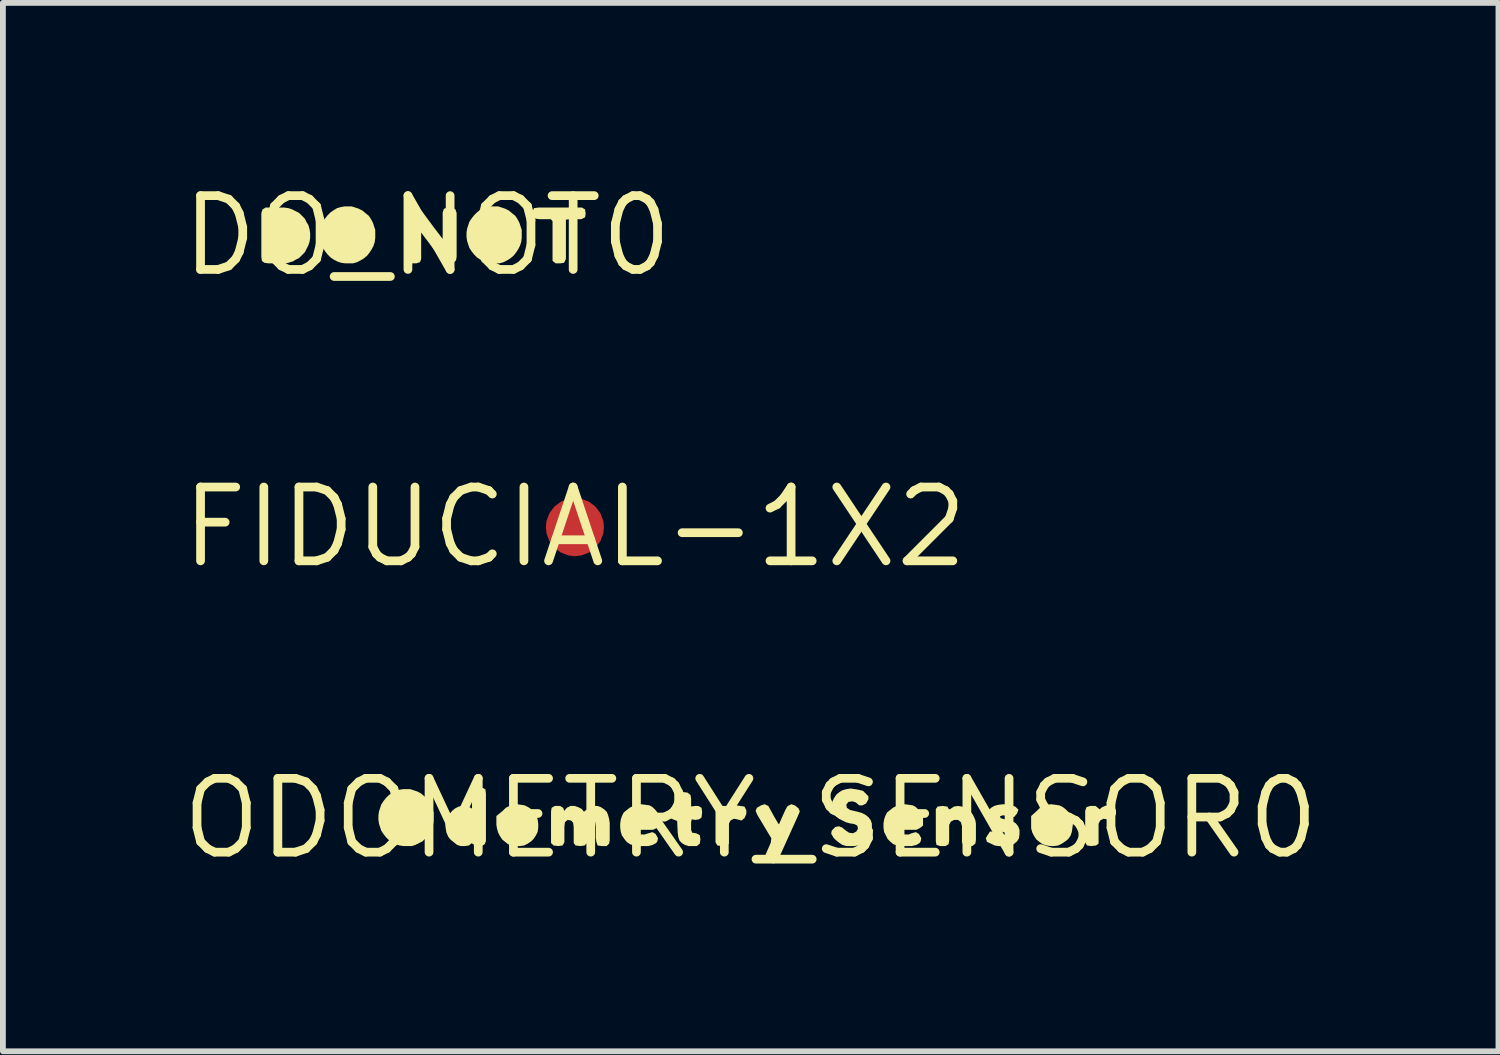
<source format=kicad_pcb>
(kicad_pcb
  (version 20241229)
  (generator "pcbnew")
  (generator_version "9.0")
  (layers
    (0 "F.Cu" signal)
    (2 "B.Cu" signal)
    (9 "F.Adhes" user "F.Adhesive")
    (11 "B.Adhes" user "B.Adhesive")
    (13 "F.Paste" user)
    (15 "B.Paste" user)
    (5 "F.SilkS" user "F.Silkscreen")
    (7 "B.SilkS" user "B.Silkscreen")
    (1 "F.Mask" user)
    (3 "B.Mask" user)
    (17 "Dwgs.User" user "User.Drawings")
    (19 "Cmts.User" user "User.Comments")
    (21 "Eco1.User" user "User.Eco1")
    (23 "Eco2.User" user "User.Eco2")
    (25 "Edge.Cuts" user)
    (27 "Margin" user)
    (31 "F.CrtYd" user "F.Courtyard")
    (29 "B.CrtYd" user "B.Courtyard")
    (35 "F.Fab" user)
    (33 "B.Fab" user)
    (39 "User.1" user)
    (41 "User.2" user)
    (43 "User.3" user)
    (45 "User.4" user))
  (footprint "FIDUCIAL-1X2"
    (layer "F.Cu")
    (at 6.841 6.019)
    (property "Reference" "FIDUCIAL-1X2" (at 0 0 0) (layer "F.SilkS") (effects (font (size 1.27 1.27) (thickness 0.15))))
    (pad "1" smd roundrect (at 0 0) (size 1 1) (layers "F.Cu" "F.Mask") (roundrect_rratio 0.5)))
  (footprint "DO_NOT0"
    (layer "F.Cu")
    (at 4.301 1.006)
    (property "Reference" "DO_NOT0" (at 0 0 0) (layer "F.SilkS") (effects (font (size 1.27 1.27) (thickness 0.15))))
    (fp_poly (pts (xy 2.715 -0.453) (xy 2.725 -0.38) (xy 2.715 -0.317) (xy 2.651 -0.285) (xy 2.44 -0.285) (xy 2.385 -0.276) (xy 2.385 0.401) (xy 2.353 0.465) (xy 2.29 0.475) (xy 2.208 0.475) (xy 2.155 0.432) (xy 2.155 -0.248) (xy 2.127 -0.285) (xy 1.93 -0.285) (xy 1.858 -0.295) (xy 1.815 -0.338) (xy 1.805 -0.411) (xy 1.837 -0.475) (xy 1.91 -0.485) (xy 2.661 -0.485)) (stroke (width 0) (type default)) (fill yes) (layer "F.SilkS"))
    (fp_poly (pts (xy -0.137 -0.464) (xy -0.086 -0.413) (xy 0.114 -0.143) (xy 0.265 0.055) (xy 0.265 -0.401) (xy 0.286 -0.464) (xy 0.349 -0.485) (xy 0.421 -0.485) (xy 0.484 -0.454) (xy 0.505 -0.391) (xy 0.505 0.36) (xy 0.495 0.422) (xy 0.452 0.465) (xy 0.37 0.475) (xy 0.308 0.475) (xy 0.246 0.413) (xy -0.105 -0.055) (xy -0.105 0.401) (xy -0.126 0.454) (xy -0.189 0.475) (xy -0.282 0.475) (xy -0.335 0.433) (xy -0.345 0.37) (xy -0.345 -0.37) (xy -0.335 -0.443) (xy -0.272 -0.485) (xy -0.199 -0.485)) (stroke (width 0) (type default)) (fill yes) (layer "F.SilkS"))
    (fp_poly (pts (xy -2.389 -0.475) (xy -2.328 -0.455) (xy -2.207 -0.394) (xy -2.156 -0.344) (xy -2.106 -0.293) (xy -2.076 -0.232) (xy -2.045 -0.182) (xy -2.025 -0.111) (xy -2.015 -0.04) (xy -2.015 0.03) (xy -2.025 0.101) (xy -2.045 0.162) (xy -2.106 0.283) (xy -2.156 0.334) (xy -2.207 0.384) (xy -2.268 0.414) (xy -2.322 0.447) (xy -2.324 0.443) (xy -2.389 0.465) (xy -2.45 0.475) (xy -2.73 0.475) (xy -2.802 0.465) (xy -2.845 0.433) (xy -2.855 0.36) (xy -2.855 -0.391) (xy -2.834 -0.453) (xy -2.781 -0.485) (xy -2.46 -0.485)) (stroke (width 0) (type default)) (fill yes) (layer "F.SilkS"))
    (fp_poly (pts (xy -1.238 -0.485) (xy -1.178 -0.465) (xy -1.117 -0.434) (xy -1.057 -0.384) (xy -1.006 -0.343) (xy -0.966 -0.283) (xy -0.935 -0.222) (xy -0.915 -0.162) (xy -0.895 -0.101) (xy -0.895 0.04) (xy -0.905 0.111) (xy -0.925 0.172) (xy -0.956 0.233) (xy -0.996 0.293) (xy -1.036 0.344) (xy -1.097 0.394) (xy -1.148 0.424) (xy -1.208 0.455) (xy -1.279 0.475) (xy -1.41 0.475) (xy -1.481 0.465) (xy -1.542 0.445) (xy -1.603 0.414) (xy -1.663 0.374) (xy -1.714 0.323) (xy -1.754 0.273) (xy -1.791 0.217) (xy -1.793 0.218) (xy -1.795 0.212) (xy -1.797 0.208) (xy -1.796 0.208) (xy -1.815 0.152) (xy -1.835 0.091) (xy -1.845 0.02) (xy -1.845 -0.05) (xy -1.835 -0.121) (xy -1.815 -0.182) (xy -1.795 -0.242) (xy -1.754 -0.303) (xy -1.714 -0.353) (xy -1.663 -0.404) (xy -1.603 -0.444) (xy -1.552 -0.475) (xy -1.481 -0.495) (xy -1.42 -0.505) (xy -1.299 -0.505)) (stroke (width 0) (type default)) (fill yes) (layer "F.SilkS"))
    (fp_poly (pts (xy 1.282 -0.485) (xy 1.342 -0.465) (xy 1.403 -0.434) (xy 1.463 -0.384) (xy 1.514 -0.343) (xy 1.554 -0.283) (xy 1.585 -0.222) (xy 1.605 -0.162) (xy 1.625 -0.101) (xy 1.625 0.04) (xy 1.615 0.111) (xy 1.595 0.172) (xy 1.564 0.233) (xy 1.524 0.293) (xy 1.484 0.344) (xy 1.423 0.394) (xy 1.372 0.424) (xy 1.312 0.455) (xy 1.241 0.475) (xy 1.11 0.475) (xy 1.039 0.465) (xy 0.978 0.445) (xy 0.917 0.414) (xy 0.857 0.374) (xy 0.806 0.323) (xy 0.766 0.273) (xy 0.729 0.217) (xy 0.727 0.218) (xy 0.725 0.212) (xy 0.723 0.208) (xy 0.724 0.208) (xy 0.705 0.152) (xy 0.685 0.091) (xy 0.675 0.02) (xy 0.675 -0.05) (xy 0.685 -0.121) (xy 0.705 -0.182) (xy 0.725 -0.242) (xy 0.766 -0.303) (xy 0.806 -0.353) (xy 0.857 -0.404) (xy 0.907 -0.444) (xy 0.968 -0.475) (xy 1.039 -0.495) (xy 1.1 -0.505) (xy 1.221 -0.505)) (stroke (width 0) (type default)) (fill yes) (layer "F.SilkS")))
  (footprint "ODOMETRY_SENSOR0"
    (layer "F.Cu")
    (at 9.865 11.031)
    (property "Reference" "ODOMETRY_SENSOR0" (at 0 0 0) (layer "F.SilkS") (effects (font (size 1.27 1.27) (thickness 0.15))))
    (fp_poly (pts (xy -0.179 -0.215) (xy -0.107 -0.205) (xy -0.075 -0.141) (xy -0.075 -0.079) (xy -0.106 -0.007) (xy -0.159 0.036) (xy -0.231 0.015) (xy -0.289 0.005) (xy -0.346 0.034) (xy -0.375 0.091) (xy -0.375 0.432) (xy -0.418 0.465) (xy -0.5 0.475) (xy -0.573 0.465) (xy -0.605 0.411) (xy -0.605 -0.131) (xy -0.584 -0.194) (xy -0.521 -0.215) (xy -0.428 -0.215) (xy -0.387 -0.184) (xy -0.36 -0.157) (xy -0.313 -0.194) (xy -0.241 -0.225)) (stroke (width 0) (type default)) (fill yes) (layer "F.SilkS"))
    (fp_poly (pts (xy 6.181 -0.215) (xy 6.253 -0.205) (xy 6.285 -0.141) (xy 6.285 -0.079) (xy 6.254 -0.007) (xy 6.201 0.036) (xy 6.129 0.015) (xy 6.071 0.005) (xy 6.014 0.034) (xy 5.985 0.091) (xy 5.985 0.432) (xy 5.942 0.465) (xy 5.86 0.475) (xy 5.787 0.465) (xy 5.755 0.411) (xy 5.755 -0.131) (xy 5.776 -0.194) (xy 5.839 -0.215) (xy 5.932 -0.215) (xy 5.973 -0.184) (xy 6 -0.157) (xy 6.047 -0.194) (xy 6.119 -0.225)) (stroke (width 0) (type default)) (fill yes) (layer "F.SilkS"))
    (fp_poly (pts (xy 0.762 -0.224) (xy 0.824 -0.173) (xy 0.845 -0.12) (xy 0.815 -0.048) (xy 0.485 0.682) (xy 0.454 0.744) (xy 0.39 0.776) (xy 0.318 0.744) (xy 0.256 0.703) (xy 0.245 0.66) (xy 0.255 0.628) (xy 0.275 0.578) (xy 0.345 0.419) (xy 0.355 0.341) (xy 0.116 -0.058) (xy 0.085 -0.13) (xy 0.106 -0.183) (xy 0.178 -0.225) (xy 0.24 -0.245) (xy 0.304 -0.214) (xy 0.404 -0.032) (xy 0.474 0.087) (xy 0.488 0.101) (xy 0.505 0.058) (xy 0.585 -0.122) (xy 0.616 -0.183) (xy 0.637 -0.214) (xy 0.7 -0.245)) (stroke (width 0) (type default)) (fill yes) (layer "F.SilkS"))
    (fp_poly (pts (xy -3.949 -0.235) (xy -3.888 -0.225) (xy -3.827 -0.194) (xy -3.767 -0.154) (xy -3.716 -0.103) (xy -3.685 -0.042) (xy -3.665 0.019) (xy -3.655 0.09) (xy -3.655 0.16) (xy -3.665 0.232) (xy -3.696 0.293) (xy -3.736 0.353) (xy -3.777 0.394) (xy -3.837 0.434) (xy -3.898 0.465) (xy -3.97 0.475) (xy -4.03 0.475) (xy -4.101 0.465) (xy -4.166 0.443) (xy -4.169 0.447) (xy -4.223 0.404) (xy -4.274 0.363) (xy -4.314 0.303) (xy -4.345 0.242) (xy -4.365 0.171) (xy -4.375 0.11) (xy -4.375 -0.042) (xy -4.263 -0.134) (xy -4.213 -0.184) (xy -4.152 -0.215) (xy -4.091 -0.235) (xy -4.02 -0.245)) (stroke (width 0) (type default)) (fill yes) (layer "F.SilkS"))
    (fp_poly (pts (xy -4.565 -0.503) (xy -4.555 -0.43) (xy -4.555 0.391) (xy -4.576 0.443) (xy -4.629 0.475) (xy -4.711 0.475) (xy -4.773 0.444) (xy -4.8 0.426) (xy -4.848 0.465) (xy -4.92 0.475) (xy -4.991 0.475) (xy -5.052 0.454) (xy -5.103 0.414) (xy -5.164 0.364) (xy -5.204 0.313) (xy -5.235 0.241) (xy -5.245 0.181) (xy -5.255 0.11) (xy -5.245 0.049) (xy -5.214 -0.022) (xy -5.184 -0.073) (xy -5.134 -0.134) (xy -5.083 -0.174) (xy -5.022 -0.205) (xy -4.95 -0.215) (xy -4.879 -0.205) (xy -4.818 -0.185) (xy -4.795 -0.169) (xy -4.795 -0.43) (xy -4.785 -0.492) (xy -4.773 -0.514) (xy -4.701 -0.535) (xy -4.629 -0.535)) (stroke (width 0) (type default)) (fill yes) (layer "F.SilkS"))
    (fp_poly (pts (xy 3.631 -0.205) (xy 3.702 -0.185) (xy 3.753 -0.144) (xy 3.804 -0.093) (xy 3.834 -0.042) (xy 3.865 0.029) (xy 3.875 0.09) (xy 3.875 0.37) (xy 3.865 0.433) (xy 3.812 0.475) (xy 3.729 0.475) (xy 3.656 0.454) (xy 3.635 0.401) (xy 3.635 0.131) (xy 3.616 0.063) (xy 3.568 0.025) (xy 3.501 0.025) (xy 3.444 0.054) (xy 3.415 0.111) (xy 3.415 0.38) (xy 3.405 0.443) (xy 3.351 0.475) (xy 3.259 0.475) (xy 3.196 0.454) (xy 3.185 0.39) (xy 3.185 -0.162) (xy 3.217 -0.205) (xy 3.3 -0.215) (xy 3.383 -0.205) (xy 3.412 -0.156) (xy 3.438 -0.165) (xy 3.498 -0.205) (xy 3.57 -0.215)) (stroke (width 0) (type default)) (fill yes) (layer "F.SilkS"))
    (fp_poly (pts (xy 5.241 -0.235) (xy 5.312 -0.225) (xy 5.373 -0.194) (xy 5.423 -0.154) (xy 5.474 -0.103) (xy 5.535 0.018) (xy 5.545 0.09) (xy 5.535 0.161) (xy 5.525 0.231) (xy 5.505 0.292) (xy 5.464 0.353) (xy 5.413 0.394) (xy 5.353 0.434) (xy 5.292 0.465) (xy 5.22 0.475) (xy 5.16 0.475) (xy 5.089 0.465) (xy 5.032 0.446) (xy 5.032 0.447) (xy 5.028 0.445) (xy 5.023 0.443) (xy 5.023 0.442) (xy 4.967 0.404) (xy 4.916 0.363) (xy 4.876 0.303) (xy 4.845 0.242) (xy 4.825 0.171) (xy 4.825 -0.042) (xy 4.927 -0.134) (xy 4.977 -0.184) (xy 5.038 -0.215) (xy 5.099 -0.235) (xy 5.17 -0.245)) (stroke (width 0) (type default)) (fill yes) (layer "F.SilkS"))
    (fp_poly (pts (xy -1.088 -0.445) (xy -1.035 -0.403) (xy -1.025 -0.34) (xy -1.025 -0.206) (xy -0.96 -0.215) (xy -0.899 -0.215) (xy -0.845 -0.183) (xy -0.835 -0.11) (xy -0.845 -0.017) (xy -0.888 0.015) (xy -0.95 0.025) (xy -1.016 0.016) (xy -1.025 0.07) (xy -1.025 0.199) (xy -1.006 0.245) (xy -0.938 0.255) (xy -0.875 0.287) (xy -0.865 0.36) (xy -0.875 0.433) (xy -0.928 0.475) (xy -1.071 0.475) (xy -1.132 0.455) (xy -1.183 0.424) (xy -1.224 0.383) (xy -1.245 0.321) (xy -1.255 0.25) (xy -1.265 0.043) (xy -1.364 0.004) (xy -1.385 -0.059) (xy -1.385 -0.141) (xy -1.353 -0.194) (xy -1.293 -0.214) (xy -1.265 -0.242) (xy -1.265 -0.381) (xy -1.233 -0.434) (xy -1.171 -0.455)) (stroke (width 0) (type default)) (fill yes) (layer "F.SilkS"))
    (fp_poly (pts (xy 2.721 -0.235) (xy 2.792 -0.225) (xy 2.843 -0.194) (xy 2.894 -0.143) (xy 2.934 -0.093) (xy 2.965 -0.031) (xy 2.965 0.122) (xy 2.913 0.164) (xy 2.851 0.195) (xy 2.581 0.195) (xy 2.539 0.212) (xy 2.583 0.256) (xy 2.641 0.275) (xy 2.719 0.275) (xy 2.768 0.255) (xy 2.841 0.235) (xy 2.894 0.266) (xy 2.935 0.339) (xy 2.925 0.392) (xy 2.904 0.424) (xy 2.852 0.455) (xy 2.771 0.475) (xy 2.59 0.475) (xy 2.529 0.465) (xy 2.458 0.445) (xy 2.407 0.404) (xy 2.356 0.353) (xy 2.295 0.232) (xy 2.285 0.16) (xy 2.285 0.09) (xy 2.295 0.019) (xy 2.315 -0.042) (xy 2.346 -0.103) (xy 2.397 -0.144) (xy 2.447 -0.184) (xy 2.508 -0.215) (xy 2.569 -0.235) (xy 2.65 -0.245)) (stroke (width 0) (type default)) (fill yes) (layer "F.SilkS"))
    (fp_poly (pts (xy -1.809 -0.235) (xy -1.738 -0.225) (xy -1.687 -0.194) (xy -1.636 -0.143) (xy -1.596 -0.092) (xy -1.575 -0.031) (xy -1.565 0.04) (xy -1.565 0.122) (xy -1.617 0.164) (xy -1.679 0.195) (xy -1.949 0.195) (xy -1.991 0.212) (xy -1.947 0.256) (xy -1.889 0.275) (xy -1.821 0.275) (xy -1.761 0.255) (xy -1.689 0.235) (xy -1.636 0.266) (xy -1.595 0.339) (xy -1.605 0.392) (xy -1.627 0.424) (xy -1.688 0.455) (xy -1.759 0.475) (xy -1.94 0.475) (xy -2.001 0.465) (xy -2.072 0.445) (xy -2.133 0.404) (xy -2.174 0.353) (xy -2.215 0.292) (xy -2.235 0.231) (xy -2.245 0.16) (xy -2.245 0.09) (xy -2.235 0.019) (xy -2.215 -0.042) (xy -2.184 -0.103) (xy -2.133 -0.144) (xy -2.083 -0.184) (xy -2.022 -0.215) (xy -1.961 -0.235) (xy -1.89 -0.245)) (stroke (width 0) (type default)) (fill yes) (layer "F.SilkS"))
    (fp_poly (pts (xy -5.798 -0.485) (xy -5.738 -0.465) (xy -5.677 -0.434) (xy -5.617 -0.384) (xy -5.566 -0.343) (xy -5.526 -0.283) (xy -5.495 -0.222) (xy -5.475 -0.162) (xy -5.455 -0.101) (xy -5.455 0.04) (xy -5.465 0.111) (xy -5.485 0.172) (xy -5.516 0.233) (xy -5.556 0.293) (xy -5.596 0.343) (xy -5.647 0.394) (xy -5.768 0.455) (xy -5.829 0.475) (xy -5.97 0.475) (xy -6.041 0.465) (xy -6.102 0.445) (xy -6.163 0.414) (xy -6.223 0.374) (xy -6.274 0.323) (xy -6.314 0.273) (xy -6.351 0.217) (xy -6.353 0.218) (xy -6.355 0.212) (xy -6.357 0.208) (xy -6.356 0.208) (xy -6.375 0.152) (xy -6.395 0.091) (xy -6.405 0.02) (xy -6.405 -0.05) (xy -6.395 -0.121) (xy -6.375 -0.182) (xy -6.355 -0.242) (xy -6.314 -0.303) (xy -6.274 -0.353) (xy -6.223 -0.404) (xy -6.163 -0.444) (xy -6.102 -0.475) (xy -6.041 -0.495) (xy -5.97 -0.505) (xy -5.859 -0.505)) (stroke (width 0) (type default)) (fill yes) (layer "F.SilkS"))
    (fp_poly (pts (xy 4.421 -0.235) (xy 4.481 -0.225) (xy 4.553 -0.204) (xy 4.606 -0.151) (xy 4.584 -0.088) (xy 4.532 -0.025) (xy 4.479 -0.025) (xy 4.409 -0.045) (xy 4.34 -0.055) (xy 4.287 -0.037) (xy 4.303 -0.004) (xy 4.371 0.015) (xy 4.441 0.025) (xy 4.502 0.045) (xy 4.563 0.086) (xy 4.604 0.138) (xy 4.625 0.199) (xy 4.625 0.27) (xy 4.615 0.342) (xy 4.584 0.393) (xy 4.523 0.444) (xy 4.471 0.465) (xy 4.4 0.475) (xy 4.26 0.475) (xy 4.198 0.465) (xy 4.138 0.435) (xy 4.066 0.404) (xy 4.045 0.339) (xy 4.076 0.287) (xy 4.117 0.225) (xy 4.181 0.225) (xy 4.252 0.265) (xy 4.32 0.285) (xy 4.387 0.275) (xy 4.402 0.253) (xy 4.349 0.235) (xy 4.279 0.215) (xy 4.208 0.195) (xy 4.147 0.164) (xy 4.106 0.113) (xy 4.075 0.041) (xy 4.065 -0.02) (xy 4.075 -0.091) (xy 4.096 -0.143) (xy 4.137 -0.184) (xy 4.188 -0.215) (xy 4.259 -0.235) (xy 4.35 -0.245)) (stroke (width 0) (type default)) (fill yes) (layer "F.SilkS"))
    (fp_poly (pts (xy -3.226 -0.183) (xy -3.208 -0.13) (xy -3.163 -0.184) (xy -3.101 -0.215) (xy -3.029 -0.215) (xy -2.968 -0.195) (xy -2.907 -0.164) (xy -2.869 -0.117) (xy -2.833 -0.144) (xy -2.773 -0.184) (xy -2.711 -0.215) (xy -2.639 -0.215) (xy -2.578 -0.195) (xy -2.517 -0.154) (xy -2.476 -0.113) (xy -2.455 -0.062) (xy -2.435 0.009) (xy -2.425 0.08) (xy -2.425 0.37) (xy -2.435 0.432) (xy -2.478 0.475) (xy -2.56 0.475) (xy -2.634 0.465) (xy -2.655 0.401) (xy -2.665 0.34) (xy -2.665 0.14) (xy -2.675 0.062) (xy -2.712 0.025) (xy -2.777 0.035) (xy -2.805 0.081) (xy -2.805 0.35) (xy -2.815 0.422) (xy -2.858 0.465) (xy -2.93 0.475) (xy -3.013 0.465) (xy -3.045 0.422) (xy -3.045 0.15) (xy -3.055 0.072) (xy -3.092 0.035) (xy -3.149 0.025) (xy -3.195 0.063) (xy -3.205 0.14) (xy -3.205 0.411) (xy -3.237 0.465) (xy -3.31 0.475) (xy -3.392 0.465) (xy -3.435 0.422) (xy -3.435 -0.12) (xy -3.425 -0.183) (xy -3.371 -0.215) (xy -3.279 -0.215)) (stroke (width 0) (type default)) (fill yes) (layer "F.SilkS"))
    (fp_poly (pts (xy 1.791 -0.505) (xy 1.851 -0.495) (xy 1.933 -0.475) (xy 1.974 -0.434) (xy 2.025 -0.382) (xy 2.025 -0.329) (xy 1.984 -0.256) (xy 1.921 -0.225) (xy 1.868 -0.225) (xy 1.808 -0.276) (xy 1.75 -0.295) (xy 1.683 -0.285) (xy 1.645 -0.239) (xy 1.655 -0.183) (xy 1.712 -0.145) (xy 1.841 -0.115) (xy 1.912 -0.095) (xy 1.973 -0.064) (xy 2.024 -0.024) (xy 2.064 0.028) (xy 2.085 0.089) (xy 2.085 0.17) (xy 2.075 0.241) (xy 2.055 0.302) (xy 2.024 0.363) (xy 1.973 0.404) (xy 1.852 0.465) (xy 1.78 0.475) (xy 1.649 0.475) (xy 1.578 0.455) (xy 1.517 0.414) (xy 1.467 0.374) (xy 1.426 0.333) (xy 1.385 0.261) (xy 1.395 0.208) (xy 1.458 0.145) (xy 1.521 0.135) (xy 1.573 0.156) (xy 1.633 0.206) (xy 1.692 0.245) (xy 1.759 0.255) (xy 1.816 0.226) (xy 1.845 0.179) (xy 1.835 0.123) (xy 1.778 0.095) (xy 1.709 0.085) (xy 1.638 0.065) (xy 1.517 0.004) (xy 1.466 -0.036) (xy 1.425 -0.088) (xy 1.405 -0.159) (xy 1.405 -0.291) (xy 1.436 -0.353) (xy 1.476 -0.413) (xy 1.527 -0.454) (xy 1.578 -0.485) (xy 1.649 -0.505) (xy 1.72 -0.515)) (stroke (width 0) (type default)) (fill yes) (layer "F.SilkS")))
  (gr_rect
    (start -3 -3)
    (end 22.73 15.037)
    (stroke (width 0.1) (type default))
    (fill no)
    (layer "Edge.Cuts")))
</source>
